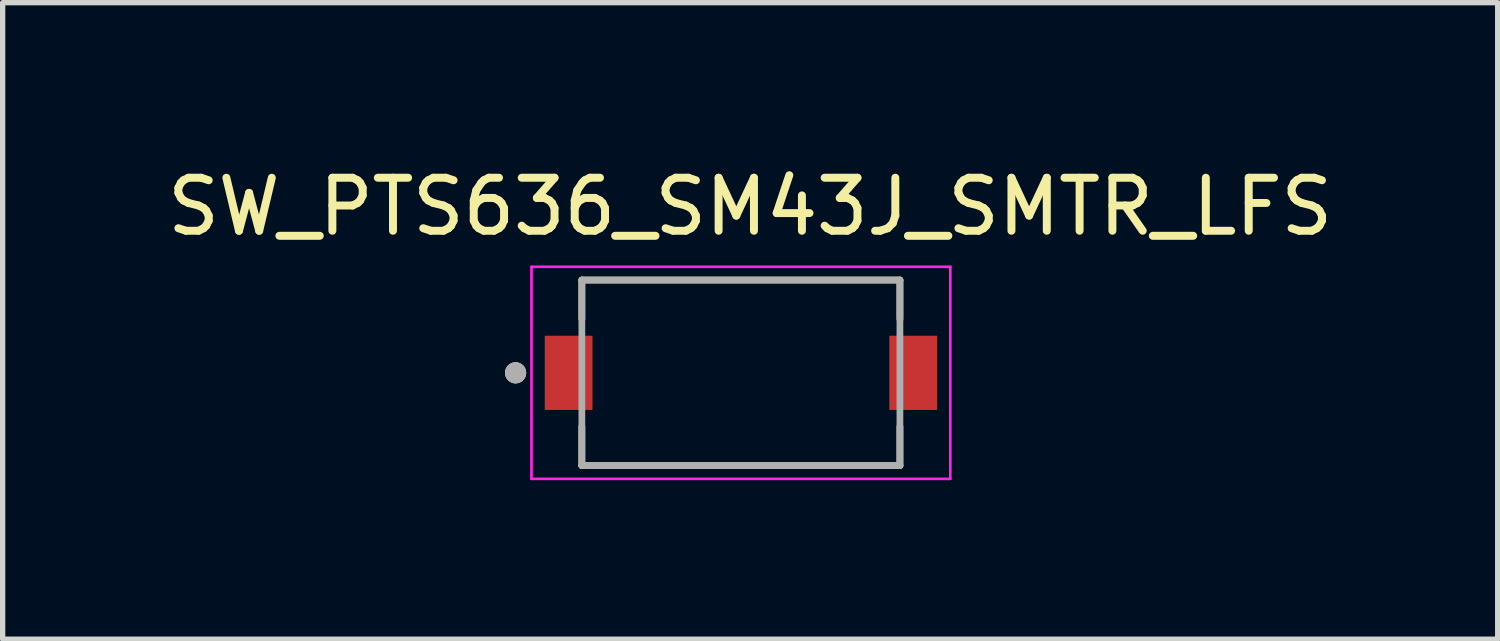
<source format=kicad_pcb>
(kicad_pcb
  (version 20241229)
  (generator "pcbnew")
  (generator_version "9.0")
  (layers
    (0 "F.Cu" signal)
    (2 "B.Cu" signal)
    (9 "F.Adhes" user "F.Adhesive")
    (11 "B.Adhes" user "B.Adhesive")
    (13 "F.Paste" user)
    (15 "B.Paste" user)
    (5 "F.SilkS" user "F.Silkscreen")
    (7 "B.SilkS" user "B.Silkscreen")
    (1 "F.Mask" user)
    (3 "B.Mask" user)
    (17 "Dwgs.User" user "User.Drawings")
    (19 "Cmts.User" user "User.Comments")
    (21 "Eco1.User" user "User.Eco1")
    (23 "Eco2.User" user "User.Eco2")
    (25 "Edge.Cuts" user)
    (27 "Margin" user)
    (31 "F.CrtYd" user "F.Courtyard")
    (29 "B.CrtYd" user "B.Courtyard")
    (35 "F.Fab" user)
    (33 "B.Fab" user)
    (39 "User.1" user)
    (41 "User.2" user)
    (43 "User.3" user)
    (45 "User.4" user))
  (footprint "SW_PTS636_SM43J_SMTR_LFS"
    (layer "F.Cu")
    (at 10.926 3.983)
    (property "Reference" "SW_PTS636_SM43J_SMTR_LFS" (at 0.175 -3.135 0) (layer "F.SilkS") (effects (font (size 1 1) (thickness 0.15))))
    (attr smd)
    (fp_line (start -3 -1.75) (end 3 -1.75) (stroke (width 0.127) (type solid)) (layer "F.SilkS"))
    (fp_line (start -3 -1.014) (end -3 -1.75) (stroke (width 0.127) (type solid)) (layer "F.SilkS"))
    (fp_line (start -3 1.75) (end -3 1.014) (stroke (width 0.127) (type solid)) (layer "F.SilkS"))
    (fp_line (start 3 -1.75) (end 3 -1.014) (stroke (width 0.127) (type solid)) (layer "F.SilkS"))
    (fp_line (start 3 1.014) (end 3 1.75) (stroke (width 0.127) (type solid)) (layer "F.SilkS"))
    (fp_line (start 3 1.75) (end -3 1.75) (stroke (width 0.127) (type solid)) (layer "F.SilkS"))
    (fp_circle (center -4.25 0) (end -4.15 0) (stroke (width 0.2) (type solid)) (fill no) (layer "F.SilkS"))
    (fp_line (start -3.95 -2) (end 3.95 -2) (stroke (width 0.05) (type solid)) (layer "F.CrtYd"))
    (fp_line (start -3.95 2) (end -3.95 -2) (stroke (width 0.05) (type solid)) (layer "F.CrtYd"))
    (fp_line (start 3.95 -2) (end 3.95 2) (stroke (width 0.05) (type solid)) (layer "F.CrtYd"))
    (fp_line (start 3.95 2) (end -3.95 2) (stroke (width 0.05) (type solid)) (layer "F.CrtYd"))
    (fp_line (start -3 -1.75) (end 3 -1.75) (stroke (width 0.127) (type solid)) (layer "F.Fab"))
    (fp_line (start -3 1.75) (end -3 -1.75) (stroke (width 0.127) (type solid)) (layer "F.Fab"))
    (fp_line (start 3 -1.75) (end 3 1.75) (stroke (width 0.127) (type solid)) (layer "F.Fab"))
    (fp_line (start 3 1.75) (end -3 1.75) (stroke (width 0.127) (type solid)) (layer "F.Fab"))
    (fp_circle (center -4.25 0) (end -4.15 0) (stroke (width 0.2) (type solid)) (fill no) (layer "F.Fab"))
    (pad "1" smd rect (at -3.25 0) (size 0.9 1.4) (layers "F.Cu" "F.Mask" "F.Paste"))
    (pad "2" smd rect (at 3.25 0) (size 0.9 1.4) (layers "F.Cu" "F.Mask" "F.Paste")))
  (gr_rect
    (start -3 -3)
    (end 25.202 9.008)
    (stroke (width 0.1) (type default))
    (fill no)
    (layer "Edge.Cuts")))
</source>
